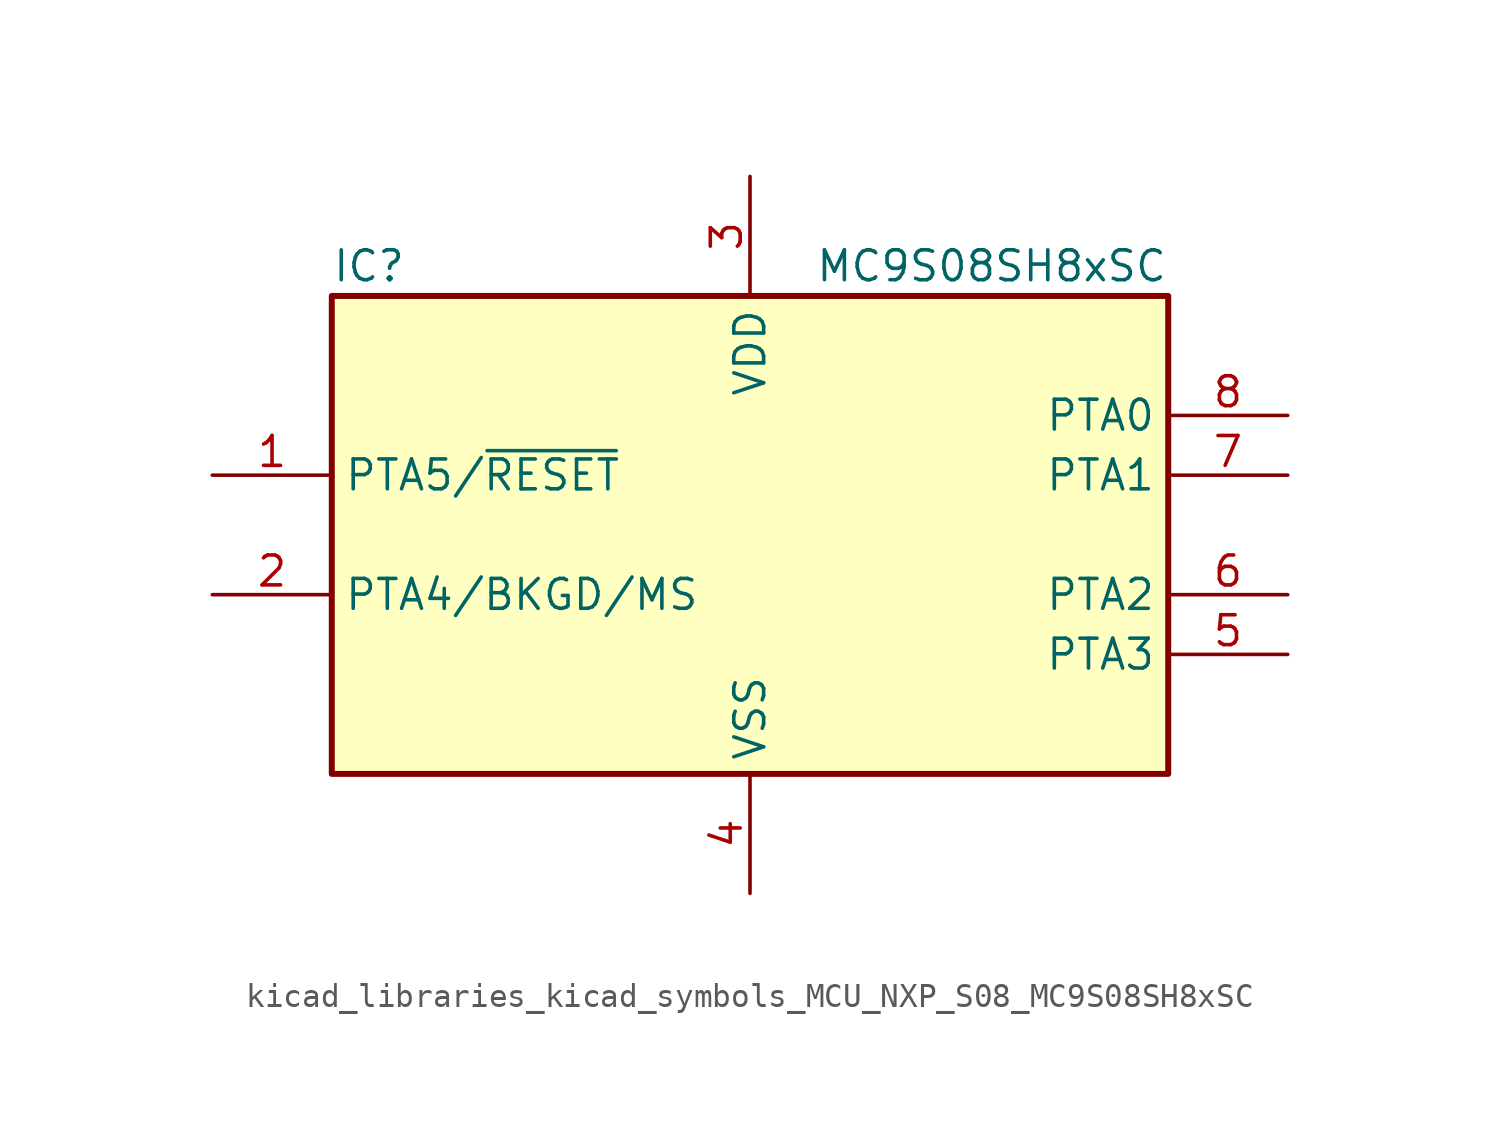
<source format=kicad_sym>
(kicad_symbol_lib
  (version 20220914)
  (generator kicad_symbol_editor)
  (symbol "kicad_libraries_kicad_symbols_MCU_NXP_S08_MC9S08SH8xSC"
    (property "Reference" "IC"
      (at -17.78 11.43 0)
      (effects (font (size 1.27 1.27)) (justify left)))
    (property "Value" "MC9S08SH8xSC"
      (at 17.78 11.43 0)
      (effects (font (size 1.27 1.27)) (justify right)))
    (symbol "kicad_libraries_kicad_symbols_MCU_NXP_S08_MC9S08SH8xSC_0_1"
      (rectangle (start -17.78 10.16) (end 17.78 -10.16) (stroke (width 0.254) (type default)) (fill (type background))))
    (symbol "kicad_libraries_kicad_symbols_MCU_NXP_S08_MC9S08SH8xSC_1_1"
      (pin bidirectional line (at -22.86 2.54 0) (length 5.08) (name "PTA5/~{RESET}" (effects (font (size 1.27 1.27)))) (number "1" (effects (font (size 1.27 1.27)))))
      (pin bidirectional line (at -22.86 -2.54 0) (length 5.08) (name "PTA4/BKGD/MS" (effects (font (size 1.27 1.27)))) (number "2" (effects (font (size 1.27 1.27)))))
      (pin power_in line (at 0 15.24 270) (length 5.08) (name "VDD" (effects (font (size 1.27 1.27)))) (number "3" (effects (font (size 1.27 1.27)))))
      (pin power_in line (at 0 -15.24 90) (length 5.08) (name "VSS" (effects (font (size 1.27 1.27)))) (number "4" (effects (font (size 1.27 1.27)))))
      (pin bidirectional line (at 22.86 -5.08 180) (length 5.08) (name "PTA3" (effects (font (size 1.27 1.27)))) (number "5" (effects (font (size 1.27 1.27)))))
      (pin bidirectional line (at 22.86 -2.54 180) (length 5.08) (name "PTA2" (effects (font (size 1.27 1.27)))) (number "6" (effects (font (size 1.27 1.27)))))
      (pin bidirectional line (at 22.86 2.54 180) (length 5.08) (name "PTA1" (effects (font (size 1.27 1.27)))) (number "7" (effects (font (size 1.27 1.27)))))
      (pin bidirectional line (at 22.86 5.08 180) (length 5.08) (name "PTA0" (effects (font (size 1.27 1.27)))) (number "8" (effects (font (size 1.27 1.27))))))))
</source>
